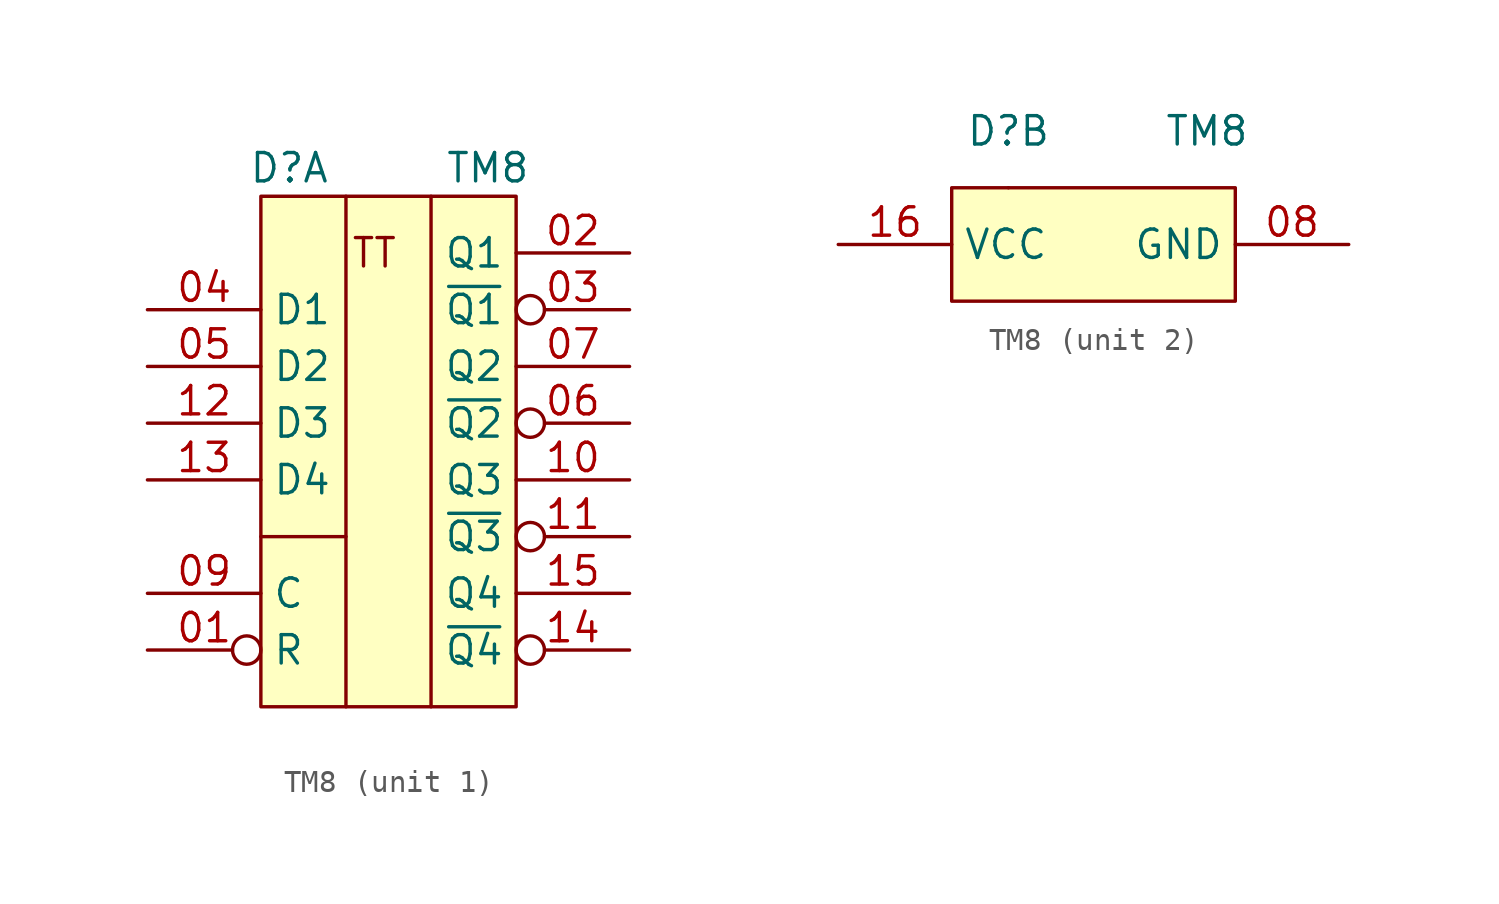
<source format=kicad_sym>
(kicad_symbol_lib
  (version 20231120)
  (generator "kicad_symbol_editor")
  (generator_version "8.0")
  (symbol "ТМ8"
    (property "Reference" "D"
      (at -3.81 -3.81 0)
      (effects (font (size 1.27 1.27))))
    (property "Value" "ТМ8"
      (at 5.08 -3.81 0)
      (effects (font (size 1.27 1.27))))
    (property "ki_locked" ""
      (at 0 0 0)
      (effects (font (size 1.27 1.27))))
    (symbol "ТМ8_1_1"
      (rectangle (start -5.08 -5.08) (end 6.35 -27.94) (stroke (width 0) (type default)) (fill (type background)))
      (polyline (pts (xy -1.27 -20.32) (xy -5.08 -20.32)) (stroke (width 0) (type default)) (fill (type none)))
      (polyline (pts (xy -1.27 -5.08) (xy -1.27 -27.94)) (stroke (width 0) (type default)) (fill (type none)))
      (polyline (pts (xy 2.54 -5.08) (xy 2.54 -27.94)) (stroke (width 0) (type default)) (fill (type none)))
      (text "TT" (at 0 -7.62 0) (effects (font (size 1.27 1.27))))
      (pin input inverted (at -10.16 -25.4 0) (length 5.08) (name "R" (effects (font (size 1.27 1.27)))) (number "01" (effects (font (size 1.27 1.27)))))
      (pin output line (at 11.43 -7.62 180) (length 5.08) (name "Q1" (effects (font (size 1.27 1.27)))) (number "02" (effects (font (size 1.27 1.27)))))
      (pin output inverted (at 11.43 -10.16 180) (length 5.08) (name "~{Q1}" (effects (font (size 1.27 1.27)))) (number "03" (effects (font (size 1.27 1.27)))))
      (pin input line (at -10.16 -10.16 0) (length 5.08) (name "D1" (effects (font (size 1.27 1.27)))) (number "04" (effects (font (size 1.27 1.27)))))
      (pin input line (at -10.16 -12.7 0) (length 5.08) (name "D2" (effects (font (size 1.27 1.27)))) (number "05" (effects (font (size 1.27 1.27)))))
      (pin output inverted (at 11.43 -15.24 180) (length 5.08) (name "~{Q2}" (effects (font (size 1.27 1.27)))) (number "06" (effects (font (size 1.27 1.27)))))
      (pin output line (at 11.43 -12.7 180) (length 5.08) (name "Q2" (effects (font (size 1.27 1.27)))) (number "07" (effects (font (size 1.27 1.27)))))
      (pin input line (at -10.16 -22.86 0) (length 5.08) (name "C" (effects (font (size 1.27 1.27)))) (number "09" (effects (font (size 1.27 1.27)))))
      (pin output line (at 11.43 -17.78 180) (length 5.08) (name "Q3" (effects (font (size 1.27 1.27)))) (number "10" (effects (font (size 1.27 1.27)))))
      (pin output inverted (at 11.43 -20.32 180) (length 5.08) (name "~{Q3}" (effects (font (size 1.27 1.27)))) (number "11" (effects (font (size 1.27 1.27)))))
      (pin input line (at -10.16 -15.24 0) (length 5.08) (name "D3" (effects (font (size 1.27 1.27)))) (number "12" (effects (font (size 1.27 1.27)))))
      (pin input line (at -10.16 -17.78 0) (length 5.08) (name "D4" (effects (font (size 1.27 1.27)))) (number "13" (effects (font (size 1.27 1.27)))))
      (pin output inverted (at 11.43 -25.4 180) (length 5.08) (name "~{Q4}" (effects (font (size 1.27 1.27)))) (number "14" (effects (font (size 1.27 1.27)))))
      (pin output line (at 11.43 -22.86 180) (length 5.08) (name "Q4" (effects (font (size 1.27 1.27)))) (number "15" (effects (font (size 1.27 1.27))))))
    (symbol "ТМ8_2_1"
      (rectangle (start -6.35 -6.35) (end 6.35 -11.43) (stroke (width 0) (type default)) (fill (type background)))
      (rectangle (start -3.81 -6.35) (end -3.81 -6.35) (stroke (width 0) (type default)) (fill (type none)))
      (pin power_in line (at 11.43 -8.89 180) (length 5.08) (name "GND" (effects (font (size 1.27 1.27)))) (number "08" (effects (font (size 1.27 1.27)))))
      (pin power_in line (at -11.43 -8.89 0) (length 5.08) (name "VCC" (effects (font (size 1.27 1.27)))) (number "16" (effects (font (size 1.27 1.27))))))))
</source>
